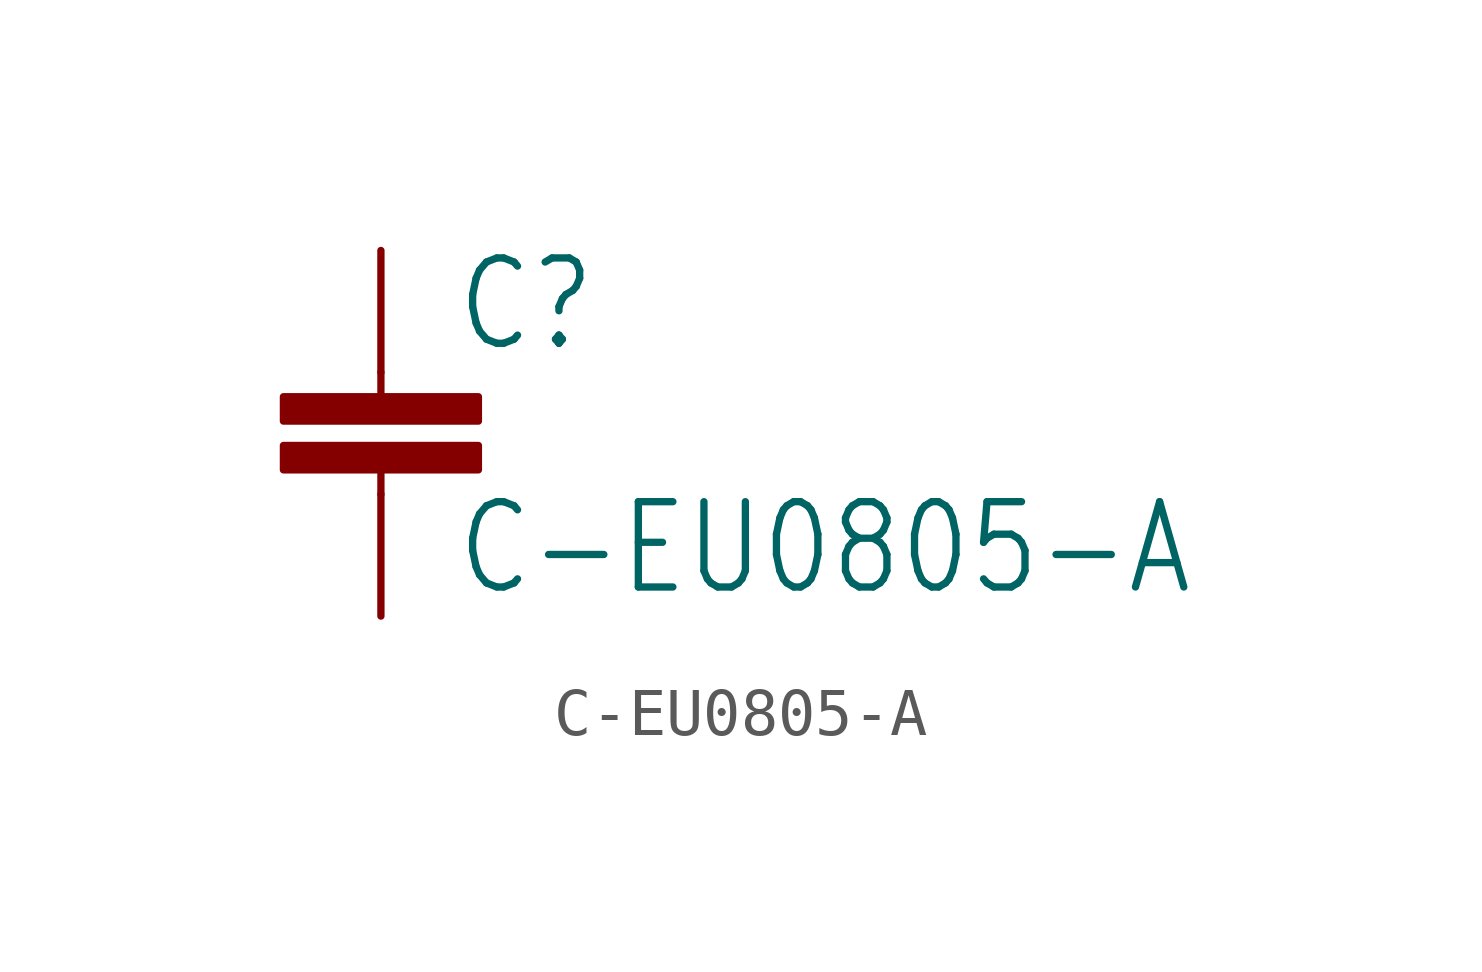
<source format=kicad_sym>
(kicad_symbol_lib
  (version 20211014)
  (generator kicad_symbol_editor)
  (symbol "C-EU0805-A"
    (property "Reference" "C"
      (at 1.524 0.381 0)
      (effects (font (size 1.778 1.511)) (justify left bottom)))
    (property "Value" "C-EU0805-A"
      (at 1.524 -4.699 0)
      (effects (font (size 1.778 1.511)) (justify left bottom)))
    (property "ki_locked" ""
      (at 0 0 0)
      (effects (font (size 1.27 1.27))))
    (symbol "C-EU0805-A_1_0"
      (rectangle (start -2.032 -2.032) (end 2.032 -1.524) (stroke (width 0) (type default) (color 0 0 0 0)) (fill (type outline)))
      (rectangle (start -2.032 -1.016) (end 2.032 -0.508) (stroke (width 0) (type default) (color 0 0 0 0)) (fill (type outline)))
      (polyline (pts (xy 0 -2.54) (xy 0 -2.032)) (stroke (width 0.152) (type default) (color 0 0 0 0)) (fill (type none)))
      (polyline (pts (xy 0 0) (xy 0 -0.508)) (stroke (width 0.152) (type default) (color 0 0 0 0)) (fill (type none)))
      (pin passive line (at 0 2.54 270) (length 2.54) (name "1" (effects (font (size 0 0)))) (number "1" (effects (font (size 0 0)))))
      (pin passive line (at 0 -5.08 90) (length 2.54) (name "2" (effects (font (size 0 0)))) (number "2" (effects (font (size 0 0))))))))
</source>
